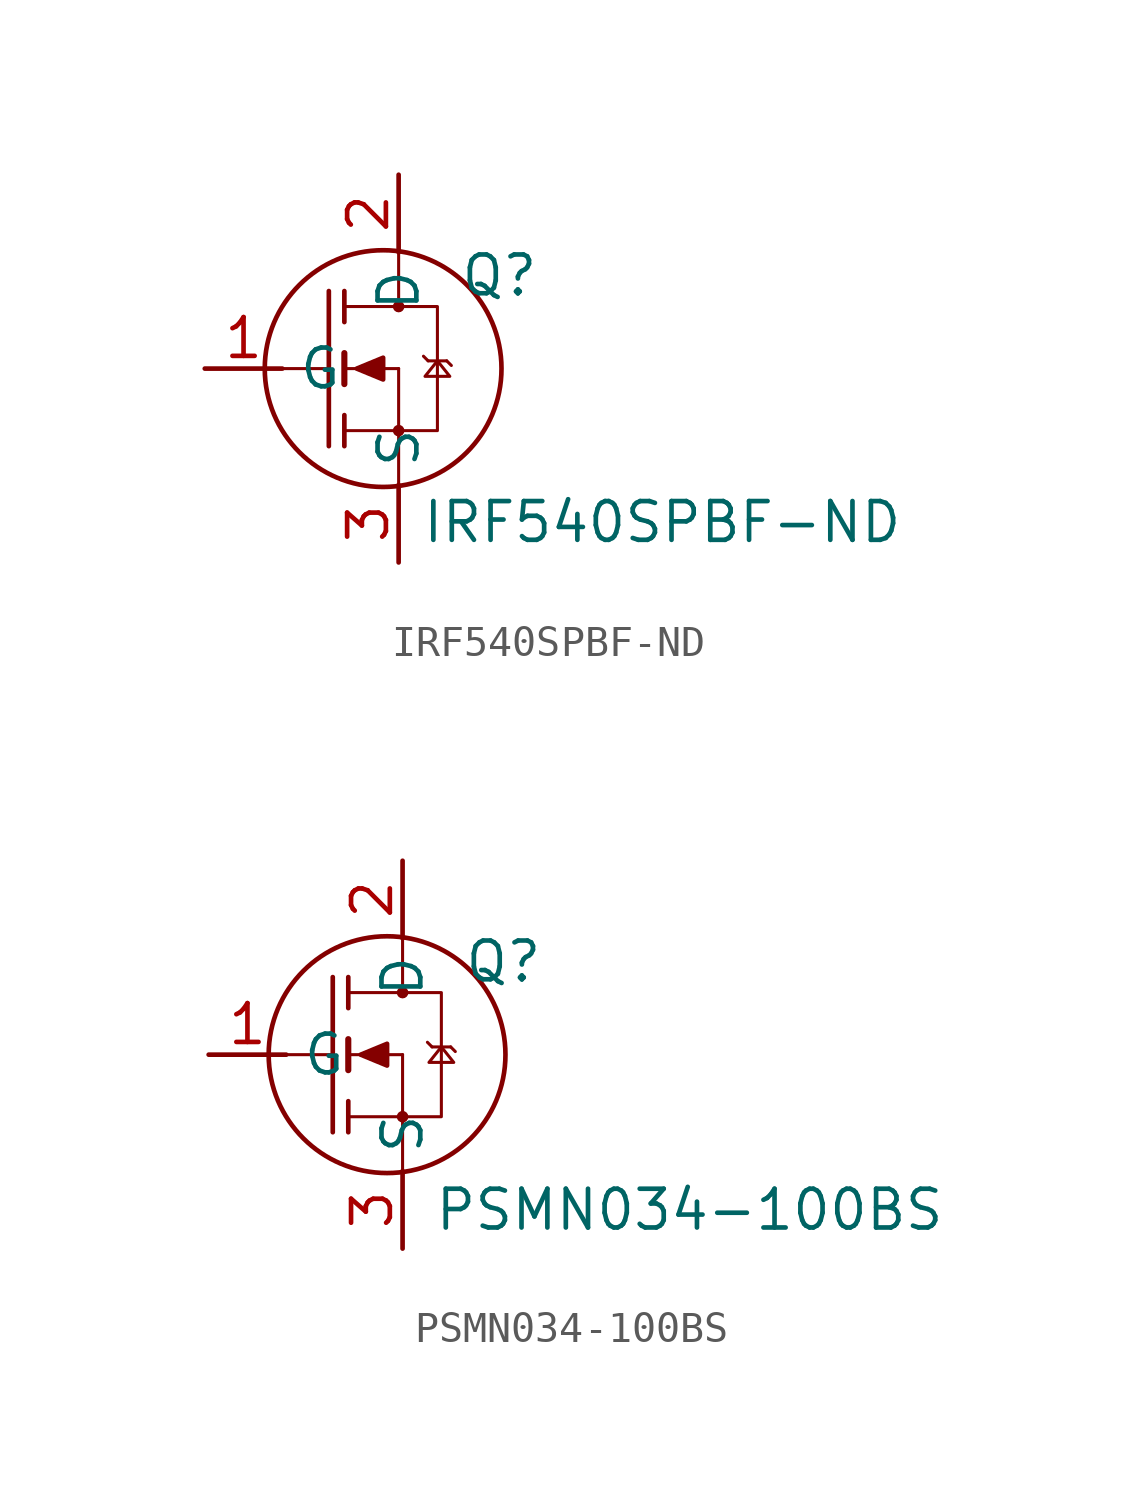
<source format=kicad_sym>
(kicad_symbol_lib
  (version 20211014)
  (generator kicad_symbol_editor)
  (symbol "IRF540SPBF-ND"
    (property "Reference" "Q"
      (at 3.302 3.048 0)
      (effects (font (size 1.27 1.27))))
    (property "Value" "IRF540SPBF-ND"
      (at 8.636 -5.029 0)
      (effects (font (size 1.27 1.27))))
    (symbol "IRF540SPBF-ND_0_1"
      (circle (center -0.508 0) (radius 3.877) (stroke (width 0) (type default) (color 0 0 0 0)) (fill (type none)))
      (circle (center 0 -2.032) (radius 0.114) (stroke (width 0) (type default) (color 0 0 0 0)) (fill (type none)))
      (polyline (pts (xy -2.286 0) (xy -4.369 0)) (stroke (width 0.1) (type default) (color 0 0 0 0)) (fill (type none)))
      (polyline (pts (xy -2.286 2.54) (xy -2.286 -2.54)) (stroke (width 0) (type default) (color 0 0 0 0)) (fill (type none)))
      (polyline (pts (xy -1.778 -1.524) (xy -1.778 -2.54)) (stroke (width 0) (type default) (color 0 0 0 0)) (fill (type none)))
      (polyline (pts (xy -1.778 0) (xy 0 0)) (stroke (width 0.1) (type default) (color 0 0 0 0)) (fill (type none)))
      (polyline (pts (xy -1.778 0.508) (xy -1.778 -0.508)) (stroke (width 0.2) (type default) (color 0 0 0 0)) (fill (type none)))
      (polyline (pts (xy -1.778 1.524) (xy -1.778 2.54)) (stroke (width 0) (type default) (color 0 0 0 0)) (fill (type none)))
      (polyline (pts (xy 0 -2.032) (xy 0 -3.861)) (stroke (width 0.1) (type default) (color 0 0 0 0)) (fill (type none)))
      (polyline (pts (xy 0 2.032) (xy 0 3.81)) (stroke (width 0.1) (type default) (color 0 0 0 0)) (fill (type none)))
      (polyline (pts (xy 0.965 0.254) (xy 0.813 0.406)) (stroke (width 0.1) (type default) (color 0 0 0 0)) (fill (type none)))
      (polyline (pts (xy 0.965 0.254) (xy 1.575 0.254)) (stroke (width 0.1) (type default) (color 0 0 0 0)) (fill (type none)))
      (polyline (pts (xy 1.575 0.254) (xy 1.727 0.102)) (stroke (width 0.1) (type default) (color 0 0 0 0)) (fill (type none)))
      (polyline (pts (xy -1.778 -2.032) (xy 0 -2.032) (xy 0 0)) (stroke (width 0.1) (type default) (color 0 0 0 0)) (fill (type none)))
      (polyline (pts (xy -1.372 0) (xy -0.508 0.356) (xy -0.508 -0.356) (xy -1.372 0)) (stroke (width 0) (type default) (color 0 0 0 0)) (fill (type outline)))
      (polyline (pts (xy 0 -2.032) (xy 1.27 -2.032) (xy 1.27 2.032) (xy -1.778 2.032)) (stroke (width 0.1) (type default) (color 0 0 0 0)) (fill (type none)))
      (polyline (pts (xy 1.27 0.254) (xy 0.864 -0.254) (xy 1.676 -0.254) (xy 1.27 0.254)) (stroke (width 0.1) (type default) (color 0 0 0 0)) (fill (type none)))
      (circle (center 0 2.032) (radius 0.114) (stroke (width 0) (type default) (color 0 0 0 0)) (fill (type none))))
    (symbol "IRF540SPBF-ND_1_1"
      (pin passive line (at -6.35 0 0) (length 2.54) (name "G" (effects (font (size 1.27 1.27)))) (number "1" (effects (font (size 1.27 1.27)))))
      (pin passive line (at 0 6.35 270) (length 2.54) (name "D" (effects (font (size 1.27 1.27)))) (number "2" (effects (font (size 1.27 1.27)))))
      (pin passive line (at 0 -6.35 90) (length 2.54) (name "S" (effects (font (size 1.27 1.27)))) (number "3" (effects (font (size 1.27 1.27)))))))
  (symbol "PSMN034-100BS"
    (property "Reference" "Q"
      (at 3.302 3.048 0)
      (effects (font (size 1.27 1.27))))
    (property "Value" "PSMN034-100BS"
      (at 9.398 -5.08 0)
      (effects (font (size 1.27 1.27))))
    (symbol "PSMN034-100BS_0_1"
      (circle (center -0.508 0) (radius 3.877) (stroke (width 0) (type default) (color 0 0 0 0)) (fill (type none)))
      (circle (center 0 -2.032) (radius 0.114) (stroke (width 0) (type default) (color 0 0 0 0)) (fill (type none)))
      (polyline (pts (xy -2.286 0) (xy -4.369 0)) (stroke (width 0.1) (type default) (color 0 0 0 0)) (fill (type none)))
      (polyline (pts (xy -2.286 2.54) (xy -2.286 -2.54)) (stroke (width 0) (type default) (color 0 0 0 0)) (fill (type none)))
      (polyline (pts (xy -1.778 -1.524) (xy -1.778 -2.54)) (stroke (width 0) (type default) (color 0 0 0 0)) (fill (type none)))
      (polyline (pts (xy -1.778 0) (xy 0 0)) (stroke (width 0.1) (type default) (color 0 0 0 0)) (fill (type none)))
      (polyline (pts (xy -1.778 0.508) (xy -1.778 -0.508)) (stroke (width 0.2) (type default) (color 0 0 0 0)) (fill (type none)))
      (polyline (pts (xy -1.778 1.524) (xy -1.778 2.54)) (stroke (width 0) (type default) (color 0 0 0 0)) (fill (type none)))
      (polyline (pts (xy 0 -2.032) (xy 0 -3.861)) (stroke (width 0.1) (type default) (color 0 0 0 0)) (fill (type none)))
      (polyline (pts (xy 0 2.032) (xy 0 3.81)) (stroke (width 0.1) (type default) (color 0 0 0 0)) (fill (type none)))
      (polyline (pts (xy 0.965 0.254) (xy 0.813 0.406)) (stroke (width 0.1) (type default) (color 0 0 0 0)) (fill (type none)))
      (polyline (pts (xy 0.965 0.254) (xy 1.575 0.254)) (stroke (width 0.1) (type default) (color 0 0 0 0)) (fill (type none)))
      (polyline (pts (xy 1.575 0.254) (xy 1.727 0.102)) (stroke (width 0.1) (type default) (color 0 0 0 0)) (fill (type none)))
      (polyline (pts (xy -1.778 -2.032) (xy 0 -2.032) (xy 0 0)) (stroke (width 0.1) (type default) (color 0 0 0 0)) (fill (type none)))
      (polyline (pts (xy -1.372 0) (xy -0.508 0.356) (xy -0.508 -0.356) (xy -1.372 0)) (stroke (width 0) (type default) (color 0 0 0 0)) (fill (type outline)))
      (polyline (pts (xy 0 -2.032) (xy 1.27 -2.032) (xy 1.27 2.032) (xy -1.778 2.032)) (stroke (width 0.1) (type default) (color 0 0 0 0)) (fill (type none)))
      (polyline (pts (xy 1.27 0.254) (xy 0.864 -0.254) (xy 1.676 -0.254) (xy 1.27 0.254)) (stroke (width 0.1) (type default) (color 0 0 0 0)) (fill (type none)))
      (circle (center 0 2.032) (radius 0.114) (stroke (width 0) (type default) (color 0 0 0 0)) (fill (type none))))
    (symbol "PSMN034-100BS_1_1"
      (pin passive line (at -6.35 0 0) (length 2.54) (name "G" (effects (font (size 1.27 1.27)))) (number "1" (effects (font (size 1.27 1.27)))))
      (pin passive line (at 0 6.35 270) (length 2.54) (name "D" (effects (font (size 1.27 1.27)))) (number "2" (effects (font (size 1.27 1.27)))))
      (pin passive line (at 0 -6.35 90) (length 2.54) (name "S" (effects (font (size 1.27 1.27)))) (number "3" (effects (font (size 1.27 1.27))))))))
</source>
